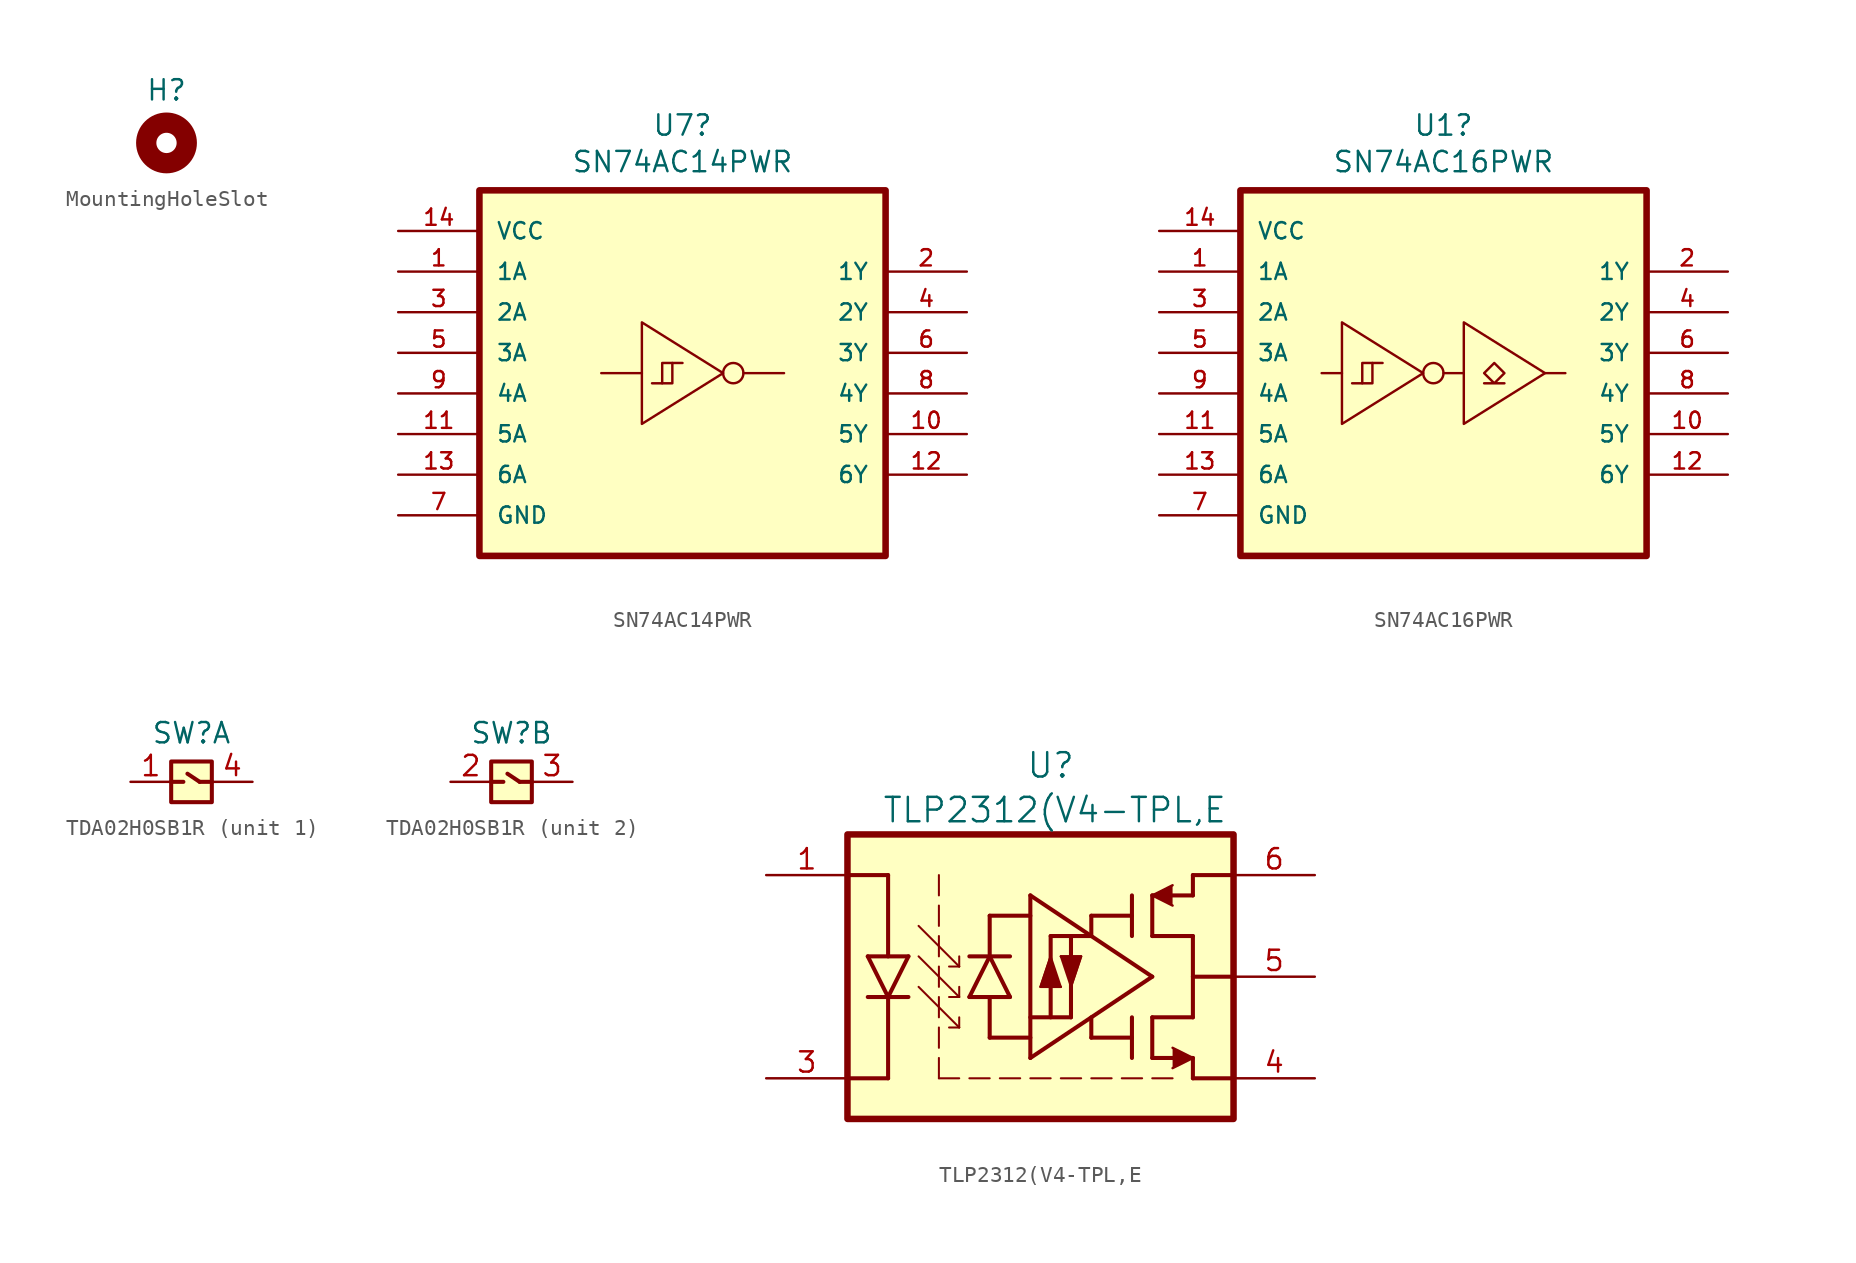
<source format=kicad_sym>
(kicad_symbol_lib
  (version 20231120)
  (generator "kicad_symbol_editor")
  (generator_version "8.0")
  (symbol "MountingHoleSlot"
    (property "Reference" "H"
      (at 0 3.302 0)
      (effects (font (size 1.27 1.27))))
    (property "Value" ""
      (at 0 0 0)
      (effects (font (size 1.27 1.27))))
    (symbol "MountingHoleSlot_1_1"
      (circle (center 0 0) (radius 1.27) (stroke (width 1.27) (type default)) (fill (type none)))))
  (symbol "SN74AC14PWR"
    (pin_names
      (offset 1.016))
    (property "Reference" "U7"
      (at 0 14.224 0)
      (effects (font (size 1.27 1.27))))
    (property "Value" "SN74AC14PWR"
      (at 0 11.938 0)
      (effects (font (size 1.27 1.27))))
    (symbol "SN74AC14PWR_0_0"
      (rectangle (start -12.7 10.16) (end 12.7 -12.7) (stroke (width 0.41) (type default)) (fill (type background)))
      (pin input line (at -17.78 5.08 0) (length 5.08) (name "1A" (effects (font (size 1.016 1.016)))) (number "1" (effects (font (size 1.016 1.016)))))
      (pin output line (at 17.78 -5.08 180) (length 5.08) (name "5Y" (effects (font (size 1.016 1.016)))) (number "10" (effects (font (size 1.016 1.016)))))
      (pin input line (at -17.78 -5.08 0) (length 5.08) (name "5A" (effects (font (size 1.016 1.016)))) (number "11" (effects (font (size 1.016 1.016)))))
      (pin output line (at 17.78 -7.62 180) (length 5.08) (name "6Y" (effects (font (size 1.016 1.016)))) (number "12" (effects (font (size 1.016 1.016)))))
      (pin input line (at -17.78 -7.62 0) (length 5.08) (name "6A" (effects (font (size 1.016 1.016)))) (number "13" (effects (font (size 1.016 1.016)))))
      (pin power_in line (at -17.78 7.62 0) (length 5.08) (name "VCC" (effects (font (size 1.016 1.016)))) (number "14" (effects (font (size 1.016 1.016)))))
      (pin output line (at 17.78 5.08 180) (length 5.08) (name "1Y" (effects (font (size 1.016 1.016)))) (number "2" (effects (font (size 1.016 1.016)))))
      (pin input line (at -17.78 2.54 0) (length 5.08) (name "2A" (effects (font (size 1.016 1.016)))) (number "3" (effects (font (size 1.016 1.016)))))
      (pin output line (at 17.78 2.54 180) (length 5.08) (name "2Y" (effects (font (size 1.016 1.016)))) (number "4" (effects (font (size 1.016 1.016)))))
      (pin input line (at -17.78 0 0) (length 5.08) (name "3A" (effects (font (size 1.016 1.016)))) (number "5" (effects (font (size 1.016 1.016)))))
      (pin output line (at 17.78 0 180) (length 5.08) (name "3Y" (effects (font (size 1.016 1.016)))) (number "6" (effects (font (size 1.016 1.016)))))
      (pin power_in line (at -17.78 -10.16 0) (length 5.08) (name "GND" (effects (font (size 1.016 1.016)))) (number "7" (effects (font (size 1.016 1.016)))))
      (pin output line (at 17.78 -2.54 180) (length 5.08) (name "4Y" (effects (font (size 1.016 1.016)))) (number "8" (effects (font (size 1.016 1.016)))))
      (pin input line (at -17.78 -2.54 0) (length 5.08) (name "4A" (effects (font (size 1.016 1.016)))) (number "9" (effects (font (size 1.016 1.016))))))
    (symbol "SN74AC14PWR_0_1"
      (polyline (pts (xy -2.54 -1.27) (xy -5.08 -1.27)) (stroke (width 0) (type default)) (fill (type none)))
      (polyline (pts (xy 3.81 -1.27) (xy 6.35 -1.27)) (stroke (width 0) (type default)) (fill (type none)))
      (polyline (pts (xy -1.905 -1.905) (xy -0.635 -1.905) (xy -0.635 -0.635)) (stroke (width 0) (type default)) (fill (type none)))
      (polyline (pts (xy 0 -0.635) (xy -1.27 -0.635) (xy -1.27 -1.905)) (stroke (width 0) (type default)) (fill (type none)))
      (polyline (pts (xy -2.54 1.905) (xy -2.54 -4.445) (xy 2.54 -1.27) (xy -2.54 1.905)) (stroke (width 0) (type default)) (fill (type none)))
      (circle (center 3.175 -1.27) (radius 0.635) (stroke (width 0) (type default)) (fill (type none)))))
  (symbol "SN74AC16PWR"
    (pin_names
      (offset 1.016))
    (property "Reference" "U1"
      (at 0 14.224 0)
      (effects (font (size 1.27 1.27))))
    (property "Value" "SN74AC16PWR"
      (at 0 11.938 0)
      (effects (font (size 1.27 1.27))))
    (symbol "SN74AC16PWR_0_0"
      (rectangle (start -12.7 10.16) (end 12.7 -12.7) (stroke (width 0.41) (type default)) (fill (type background)))
      (pin input line (at -17.78 5.08 0) (length 5.08) (name "1A" (effects (font (size 1.016 1.016)))) (number "1" (effects (font (size 1.016 1.016)))))
      (pin output line (at 17.78 -5.08 180) (length 5.08) (name "5Y" (effects (font (size 1.016 1.016)))) (number "10" (effects (font (size 1.016 1.016)))))
      (pin input line (at -17.78 -5.08 0) (length 5.08) (name "5A" (effects (font (size 1.016 1.016)))) (number "11" (effects (font (size 1.016 1.016)))))
      (pin output line (at 17.78 -7.62 180) (length 5.08) (name "6Y" (effects (font (size 1.016 1.016)))) (number "12" (effects (font (size 1.016 1.016)))))
      (pin input line (at -17.78 -7.62 0) (length 5.08) (name "6A" (effects (font (size 1.016 1.016)))) (number "13" (effects (font (size 1.016 1.016)))))
      (pin power_in line (at -17.78 7.62 0) (length 5.08) (name "VCC" (effects (font (size 1.016 1.016)))) (number "14" (effects (font (size 1.016 1.016)))))
      (pin output line (at 17.78 5.08 180) (length 5.08) (name "1Y" (effects (font (size 1.016 1.016)))) (number "2" (effects (font (size 1.016 1.016)))))
      (pin input line (at -17.78 2.54 0) (length 5.08) (name "2A" (effects (font (size 1.016 1.016)))) (number "3" (effects (font (size 1.016 1.016)))))
      (pin output line (at 17.78 2.54 180) (length 5.08) (name "2Y" (effects (font (size 1.016 1.016)))) (number "4" (effects (font (size 1.016 1.016)))))
      (pin input line (at -17.78 0 0) (length 5.08) (name "3A" (effects (font (size 1.016 1.016)))) (number "5" (effects (font (size 1.016 1.016)))))
      (pin output line (at 17.78 0 180) (length 5.08) (name "3Y" (effects (font (size 1.016 1.016)))) (number "6" (effects (font (size 1.016 1.016)))))
      (pin power_in line (at -17.78 -10.16 0) (length 5.08) (name "GND" (effects (font (size 1.016 1.016)))) (number "7" (effects (font (size 1.016 1.016)))))
      (pin output line (at 17.78 -2.54 180) (length 5.08) (name "4Y" (effects (font (size 1.016 1.016)))) (number "8" (effects (font (size 1.016 1.016)))))
      (pin input line (at -17.78 -2.54 0) (length 5.08) (name "4A" (effects (font (size 1.016 1.016)))) (number "9" (effects (font (size 1.016 1.016))))))
    (symbol "SN74AC16PWR_0_1"
      (circle (center -0.635 -1.27) (radius 0.635) (stroke (width 0) (type default)) (fill (type none)))
      (polyline (pts (xy -6.35 -1.27) (xy -7.62 -1.27)) (stroke (width 0) (type default)) (fill (type none)))
      (polyline (pts (xy 0 -1.27) (xy 1.27 -1.27)) (stroke (width 0) (type default)) (fill (type none)))
      (polyline (pts (xy 6.35 -1.27) (xy 7.62 -1.27)) (stroke (width 0) (type default)) (fill (type none)))
      (polyline (pts (xy -5.715 -1.905) (xy -4.445 -1.905) (xy -4.445 -0.635)) (stroke (width 0) (type default)) (fill (type none)))
      (polyline (pts (xy -3.81 -0.635) (xy -5.08 -0.635) (xy -5.08 -1.905)) (stroke (width 0) (type default)) (fill (type none)))
      (polyline (pts (xy -6.35 1.905) (xy -6.35 -4.445) (xy -1.27 -1.27) (xy -6.35 1.905)) (stroke (width 0) (type default)) (fill (type none)))
      (polyline (pts (xy 1.27 1.905) (xy 1.27 -4.445) (xy 6.35 -1.27) (xy 1.27 1.905)) (stroke (width 0) (type default)) (fill (type none)))
      (polyline (pts (xy 2.54 -1.905) (xy 3.81 -1.905) (xy 3.175 -1.905) (xy 2.54 -1.27) (xy 3.175 -0.635) (xy 3.81 -1.27) (xy 3.175 -1.905)) (stroke (width 0) (type default)) (fill (type none)))))
  (symbol "TDA02H0SB1R"
    (property "Reference" "SW"
      (at 3.81 3.048 0)
      (effects (font (size 1.27 1.27))))
    (property "Value" ""
      (at 0 0 0)
      (effects (font (size 1.27 1.27))))
    (symbol "TDA02H0SB1R_1_1"
      (polyline (pts (xy 2.54 0) (xy 3.302 0)) (stroke (width 0.254) (type default)) (fill (type none)))
      (polyline (pts (xy 4.318 0) (xy 3.556 0.508)) (stroke (width 0.254) (type default)) (fill (type none)))
      (polyline (pts (xy 4.318 0) (xy 4.318 0)) (stroke (width 0) (type default)) (fill (type none)))
      (polyline (pts (xy 5.08 0) (xy 4.318 0)) (stroke (width 0.254) (type default)) (fill (type none)))
      (rectangle (start 2.54 1.27) (end 5.08 -1.27) (stroke (width 0.254) (type default)) (fill (type background)))
      (pin unspecified line (at 0 0 0) (length 2.54) (name "" (effects (font (size 1.27 1.27)))) (number "1" (effects (font (size 1.27 1.27)))))
      (pin unspecified line (at 7.62 0 180) (length 2.54) (name "" (effects (font (size 1.27 1.27)))) (number "4" (effects (font (size 1.27 1.27))))))
    (symbol "TDA02H0SB1R_2_1"
      (polyline (pts (xy 2.54 0) (xy 3.302 0)) (stroke (width 0.254) (type default)) (fill (type none)))
      (polyline (pts (xy 4.318 0) (xy 3.556 0.508)) (stroke (width 0.254) (type default)) (fill (type none)))
      (polyline (pts (xy 4.318 0) (xy 4.318 0)) (stroke (width 0) (type default)) (fill (type none)))
      (polyline (pts (xy 5.08 0) (xy 4.318 0)) (stroke (width 0.254) (type default)) (fill (type none)))
      (rectangle (start 2.54 1.27) (end 5.08 -1.27) (stroke (width 0.254) (type default)) (fill (type background)))
      (pin unspecified line (at 0 0 0) (length 2.54) (name "" (effects (font (size 1.27 1.27)))) (number "2" (effects (font (size 1.27 1.27)))))
      (pin unspecified line (at 7.62 0 180) (length 2.54) (name "" (effects (font (size 1.27 1.27)))) (number "3" (effects (font (size 1.27 1.27)))))))
  (symbol "TLP2312(V4-TPL,E"
    (pin_names
      (offset 0.254))
    (property "Reference" "U"
      (at 0 4.318 0)
      (effects (font (size 1.524 1.524))))
    (property "Value" "TLP2312(V4-TPL,E"
      (at 0.254 1.524 0)
      (effects (font (size 1.524 1.524))))
    (symbol "TLP2312(V4-TPL,E_0_1"
      (polyline (pts (xy -12.7 -2.54) (xy -10.16 -2.54)) (stroke (width 0.254) (type default)) (fill (type none)))
      (polyline (pts (xy -11.43 -10.16) (xy -8.89 -10.16)) (stroke (width 0.254) (type default)) (fill (type none)))
      (polyline (pts (xy -11.43 -7.62) (xy -10.16 -10.16)) (stroke (width 0.254) (type default)) (fill (type none)))
      (polyline (pts (xy -10.16 -15.24) (xy -12.7 -15.24)) (stroke (width 0.254) (type default)) (fill (type none)))
      (polyline (pts (xy -10.16 -10.16) (xy -10.16 -15.24)) (stroke (width 0.254) (type default)) (fill (type none)))
      (polyline (pts (xy -10.16 -10.16) (xy -8.89 -7.62)) (stroke (width 0.254) (type default)) (fill (type none)))
      (polyline (pts (xy -10.16 -2.54) (xy -10.16 -7.62)) (stroke (width 0.254) (type default)) (fill (type none)))
      (polyline (pts (xy -8.89 -7.62) (xy -11.43 -7.62)) (stroke (width 0.254) (type default)) (fill (type none)))
      (polyline (pts (xy -8.255 -9.525) (xy -5.715 -12.065)) (stroke (width 0.127) (type default)) (fill (type none)))
      (polyline (pts (xy -8.255 -7.62) (xy -5.715 -10.16)) (stroke (width 0.127) (type default)) (fill (type none)))
      (polyline (pts (xy -8.255 -5.715) (xy -5.715 -8.255)) (stroke (width 0.127) (type default)) (fill (type none)))
      (polyline (pts (xy -6.985 -15.24) (xy -6.985 -13.97)) (stroke (width 0.127) (type default)) (fill (type none)))
      (polyline (pts (xy -6.985 -13.335) (xy -6.985 -12.065)) (stroke (width 0.127) (type default)) (fill (type none)))
      (polyline (pts (xy -6.985 -11.43) (xy -6.985 -10.16)) (stroke (width 0.127) (type default)) (fill (type none)))
      (polyline (pts (xy -6.985 -9.525) (xy -6.985 -8.255)) (stroke (width 0.127) (type default)) (fill (type none)))
      (polyline (pts (xy -6.985 -7.62) (xy -6.985 -6.35)) (stroke (width 0.127) (type default)) (fill (type none)))
      (polyline (pts (xy -6.985 -5.715) (xy -6.985 -4.445)) (stroke (width 0.127) (type default)) (fill (type none)))
      (polyline (pts (xy -6.985 -3.81) (xy -6.985 -2.54)) (stroke (width 0.127) (type default)) (fill (type none)))
      (polyline (pts (xy -6.35 -12.065) (xy -5.715 -12.065)) (stroke (width 0.127) (type default)) (fill (type none)))
      (polyline (pts (xy -6.35 -10.16) (xy -5.715 -10.16)) (stroke (width 0.127) (type default)) (fill (type none)))
      (polyline (pts (xy -6.35 -8.255) (xy -5.715 -8.255)) (stroke (width 0.127) (type default)) (fill (type none)))
      (polyline (pts (xy -5.715 -15.24) (xy -6.985 -15.24)) (stroke (width 0.127) (type default)) (fill (type none)))
      (polyline (pts (xy -5.715 -11.43) (xy -5.715 -12.065)) (stroke (width 0.127) (type default)) (fill (type none)))
      (polyline (pts (xy -5.715 -9.525) (xy -5.715 -10.16)) (stroke (width 0.127) (type default)) (fill (type none)))
      (polyline (pts (xy -5.715 -7.62) (xy -5.715 -8.255)) (stroke (width 0.127) (type default)) (fill (type none)))
      (polyline (pts (xy -5.08 -10.16) (xy -2.54 -10.16)) (stroke (width 0.254) (type default)) (fill (type none)))
      (polyline (pts (xy -5.08 -7.62) (xy -2.54 -7.62)) (stroke (width 0.254) (type default)) (fill (type none)))
      (polyline (pts (xy -3.81 -15.24) (xy -5.08 -15.24)) (stroke (width 0.127) (type default)) (fill (type none)))
      (polyline (pts (xy -3.81 -12.7) (xy -1.27 -12.7)) (stroke (width 0.254) (type default)) (fill (type none)))
      (polyline (pts (xy -3.81 -10.16) (xy -3.81 -12.7)) (stroke (width 0.254) (type default)) (fill (type none)))
      (polyline (pts (xy -3.81 -7.62) (xy -5.08 -10.16)) (stroke (width 0.254) (type default)) (fill (type none)))
      (polyline (pts (xy -3.81 -5.08) (xy -3.81 -7.62)) (stroke (width 0.254) (type default)) (fill (type none)))
      (polyline (pts (xy -2.54 -10.16) (xy -3.81 -7.62)) (stroke (width 0.254) (type default)) (fill (type none)))
      (polyline (pts (xy -1.905 -15.24) (xy -3.175 -15.24)) (stroke (width 0.127) (type default)) (fill (type none)))
      (polyline (pts (xy -1.27 -13.97) (xy -1.27 -3.81)) (stroke (width 0.254) (type default)) (fill (type none)))
      (polyline (pts (xy -1.27 -11.43) (xy 1.27 -11.43)) (stroke (width 0.254) (type default)) (fill (type none)))
      (polyline (pts (xy -1.27 -5.08) (xy -3.81 -5.08)) (stroke (width 0.254) (type default)) (fill (type none)))
      (polyline (pts (xy -0.635 -9.525) (xy 0.635 -9.525)) (stroke (width 0.127) (type default)) (fill (type none)))
      (polyline (pts (xy 0 -15.24) (xy -1.27 -15.24)) (stroke (width 0.127) (type default)) (fill (type none)))
      (polyline (pts (xy 0 -7.62) (xy -0.635 -9.525)) (stroke (width 0.127) (type default)) (fill (type none)))
      (polyline (pts (xy 0 -6.35) (xy 0 -11.43)) (stroke (width 0.254) (type default)) (fill (type none)))
      (polyline (pts (xy 0.635 -9.525) (xy 0 -7.62)) (stroke (width 0.127) (type default)) (fill (type none)))
      (polyline (pts (xy 0.635 -7.62) (xy 1.27 -9.525)) (stroke (width 0.127) (type default)) (fill (type none)))
      (polyline (pts (xy 0.635 -7.62) (xy 1.905 -7.62)) (stroke (width 0.127) (type default)) (fill (type none)))
      (polyline (pts (xy 1.27 -11.43) (xy 1.27 -6.35)) (stroke (width 0.254) (type default)) (fill (type none)))
      (polyline (pts (xy 1.905 -15.24) (xy 0.635 -15.24)) (stroke (width 0.127) (type default)) (fill (type none)))
      (polyline (pts (xy 1.905 -7.62) (xy 1.27 -9.525)) (stroke (width 0.127) (type default)) (fill (type none)))
      (polyline (pts (xy 2.54 -11.43) (xy 2.54 -12.7)) (stroke (width 0.254) (type default)) (fill (type none)))
      (polyline (pts (xy 2.54 -6.35) (xy 0 -6.35)) (stroke (width 0.254) (type default)) (fill (type none)))
      (polyline (pts (xy 2.54 -6.35) (xy 2.54 -5.08)) (stroke (width 0.254) (type default)) (fill (type none)))
      (polyline (pts (xy 3.81 -15.24) (xy 2.54 -15.24)) (stroke (width 0.127) (type default)) (fill (type none)))
      (polyline (pts (xy 5.08 -12.7) (xy 2.54 -12.7)) (stroke (width 0.254) (type default)) (fill (type none)))
      (polyline (pts (xy 5.08 -11.43) (xy 5.08 -13.97)) (stroke (width 0.254) (type default)) (fill (type none)))
      (polyline (pts (xy 5.08 -5.08) (xy 2.54 -5.08)) (stroke (width 0.254) (type default)) (fill (type none)))
      (polyline (pts (xy 5.08 -3.81) (xy 5.08 -6.35)) (stroke (width 0.254) (type default)) (fill (type none)))
      (polyline (pts (xy 5.715 -15.24) (xy 4.445 -15.24)) (stroke (width 0.127) (type default)) (fill (type none)))
      (polyline (pts (xy 6.35 -13.97) (xy 6.35 -11.43)) (stroke (width 0.254) (type default)) (fill (type none)))
      (polyline (pts (xy 6.35 -13.97) (xy 8.89 -13.97)) (stroke (width 0.254) (type default)) (fill (type none)))
      (polyline (pts (xy 6.35 -11.43) (xy 8.89 -11.43)) (stroke (width 0.254) (type default)) (fill (type none)))
      (polyline (pts (xy 6.35 -8.89) (xy -1.27 -13.97)) (stroke (width 0.254) (type default)) (fill (type none)))
      (polyline (pts (xy 6.35 -8.89) (xy -1.27 -3.81)) (stroke (width 0.254) (type default)) (fill (type none)))
      (polyline (pts (xy 6.35 -6.35) (xy 8.89 -6.35)) (stroke (width 0.254) (type default)) (fill (type none)))
      (polyline (pts (xy 6.35 -3.81) (xy 6.35 -6.35)) (stroke (width 0.254) (type default)) (fill (type none)))
      (polyline (pts (xy 6.35 -3.81) (xy 8.89 -3.81)) (stroke (width 0.254) (type default)) (fill (type none)))
      (polyline (pts (xy 7.62 -15.24) (xy 6.35 -15.24)) (stroke (width 0.127) (type default)) (fill (type none)))
      (polyline (pts (xy 8.89 -15.24) (xy 11.43 -15.24)) (stroke (width 0.254) (type default)) (fill (type none)))
      (polyline (pts (xy 8.89 -13.97) (xy 8.89 -15.24)) (stroke (width 0.254) (type default)) (fill (type none)))
      (polyline (pts (xy 8.89 -6.35) (xy 8.89 -11.43)) (stroke (width 0.254) (type default)) (fill (type none)))
      (polyline (pts (xy 8.89 -3.81) (xy 8.89 -2.54)) (stroke (width 0.254) (type default)) (fill (type none)))
      (polyline (pts (xy 8.89 -2.54) (xy 11.43 -2.54)) (stroke (width 0.254) (type default)) (fill (type none)))
      (polyline (pts (xy 11.43 -8.89) (xy 8.89 -8.89)) (stroke (width 0.254) (type default)) (fill (type none)))
      (polyline (pts (xy 0 -7.62) (xy -0.635 -9.525) (xy 0.635 -9.525)) (stroke (width 0) (type default)) (fill (type outline)))
      (polyline (pts (xy 0.635 -7.62) (xy 1.905 -7.62) (xy 1.27 -9.525)) (stroke (width 0) (type default)) (fill (type outline)))
      (polyline (pts (xy 7.62 -13.335) (xy 8.89 -13.97) (xy 7.62 -14.605)) (stroke (width 0) (type default)) (fill (type outline)))
      (polyline (pts (xy 7.62 -3.175) (xy 6.35 -3.81) (xy 7.62 -4.445)) (stroke (width 0) (type default)) (fill (type outline))))
    (symbol "TLP2312(V4-TPL,E_1_1"
      (rectangle (start -12.7 0) (end 11.43 -17.78) (stroke (width 0.406) (type default)) (fill (type background)))
      (pin unspecified line (at -17.78 -2.54 0) (length 5.08) (name "" (effects (font (size 1.27 1.27)))) (number "1" (effects (font (size 1.27 1.27)))))
      (pin unspecified line (at -17.78 -15.24 0) (length 5.08) (name "" (effects (font (size 1.27 1.27)))) (number "3" (effects (font (size 1.27 1.27)))))
      (pin power_out line (at 16.51 -15.24 180) (length 5.08) (name "" (effects (font (size 1.27 1.27)))) (number "4" (effects (font (size 1.27 1.27)))))
      (pin unspecified line (at 16.51 -8.89 180) (length 5.08) (name "" (effects (font (size 1.27 1.27)))) (number "5" (effects (font (size 1.27 1.27)))))
      (pin power_in line (at 16.51 -2.54 180) (length 5.08) (name "" (effects (font (size 1.27 1.27)))) (number "6" (effects (font (size 1.27 1.27))))))))
</source>
